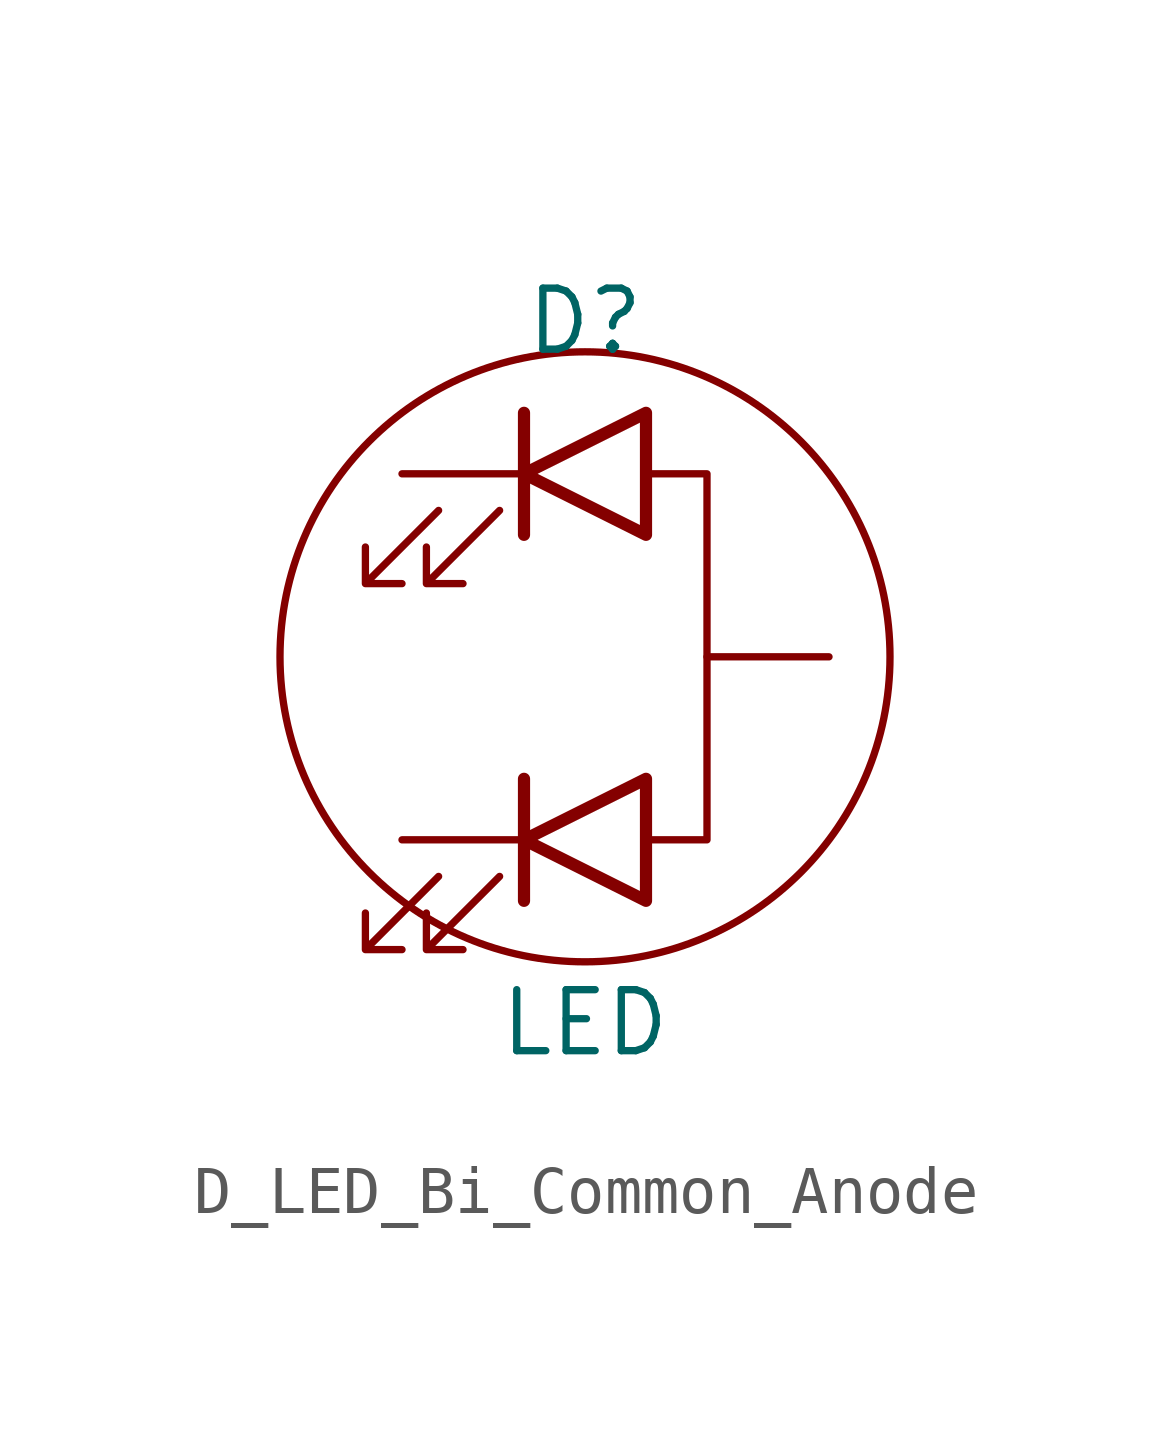
<source format=kicad_sym>
(kicad_symbol_lib
  (version 20241209)
  (generator "kicad_symbol_editor")
  (generator_version "9.0")
  (symbol "D_LED_Bi_Common_Anode"
    (pin_numbers
      (hide yes))
    (pin_names
      (offset 1.016)
      (hide yes))
    (property "Reference" "D"
      (at 0 6.985 0)
      (effects (font (size 1.27 1.27))))
    (property "Value" "LED"
      (at 0 -7.62 0)
      (effects (font (size 1.27 1.27))))
    (symbol "D_LED_Bi_Common_Anode_0_1"
      (polyline (pts (xy -3.048 3.048) (xy -4.572 1.524) (xy -3.81 1.524) (xy -4.572 1.524) (xy -4.572 2.286)) (stroke (width 0) (type default)) (fill (type none)))
      (polyline (pts (xy -3.048 -4.572) (xy -4.572 -6.096) (xy -3.81 -6.096) (xy -4.572 -6.096) (xy -4.572 -5.334)) (stroke (width 0) (type default)) (fill (type none)))
      (polyline (pts (xy -1.778 3.048) (xy -3.302 1.524) (xy -2.54 1.524) (xy -3.302 1.524) (xy -3.302 2.286)) (stroke (width 0) (type default)) (fill (type none)))
      (polyline (pts (xy -1.778 -4.572) (xy -3.302 -6.096) (xy -2.54 -6.096) (xy -3.302 -6.096) (xy -3.302 -5.334)) (stroke (width 0) (type default)) (fill (type none)))
      (polyline (pts (xy -1.27 2.54) (xy -1.27 5.08)) (stroke (width 0.254) (type default)) (fill (type none)))
      (polyline (pts (xy -1.27 -5.08) (xy -1.27 -2.54)) (stroke (width 0.254) (type default)) (fill (type none)))
      (circle (center 0 0) (radius 6.35) (stroke (width 0) (type default)) (fill (type none)))
      (polyline (pts (xy 1.27 3.81) (xy 2.54 3.81) (xy 2.54 -3.81) (xy 1.27 -3.81)) (stroke (width 0) (type default)) (fill (type none)))
      (polyline (pts (xy 1.27 2.54) (xy 1.27 5.08) (xy -1.27 3.81) (xy 1.27 2.54)) (stroke (width 0.254) (type default)) (fill (type none)))
      (polyline (pts (xy 1.27 -5.08) (xy 1.27 -2.54) (xy -1.27 -3.81) (xy 1.27 -5.08)) (stroke (width 0.254) (type default)) (fill (type none))))
    (symbol "D_LED_Bi_Common_Anode_1_1"
      (pin passive line (at -3.81 3.81 0) (length 2.54) (name "K" (effects (font (size 1.27 1.27)))) (number "3" (effects (font (size 1.27 1.27)))))
      (pin passive line (at -3.81 -3.81 0) (length 2.54) (name "K" (effects (font (size 1.27 1.27)))) (number "1" (effects (font (size 1.27 1.27)))))
      (pin passive line (at 5.08 0 180) (length 2.54) (name "A" (effects (font (size 1.27 1.27)))) (number "2" (effects (font (size 1.27 1.27))))))))
</source>
